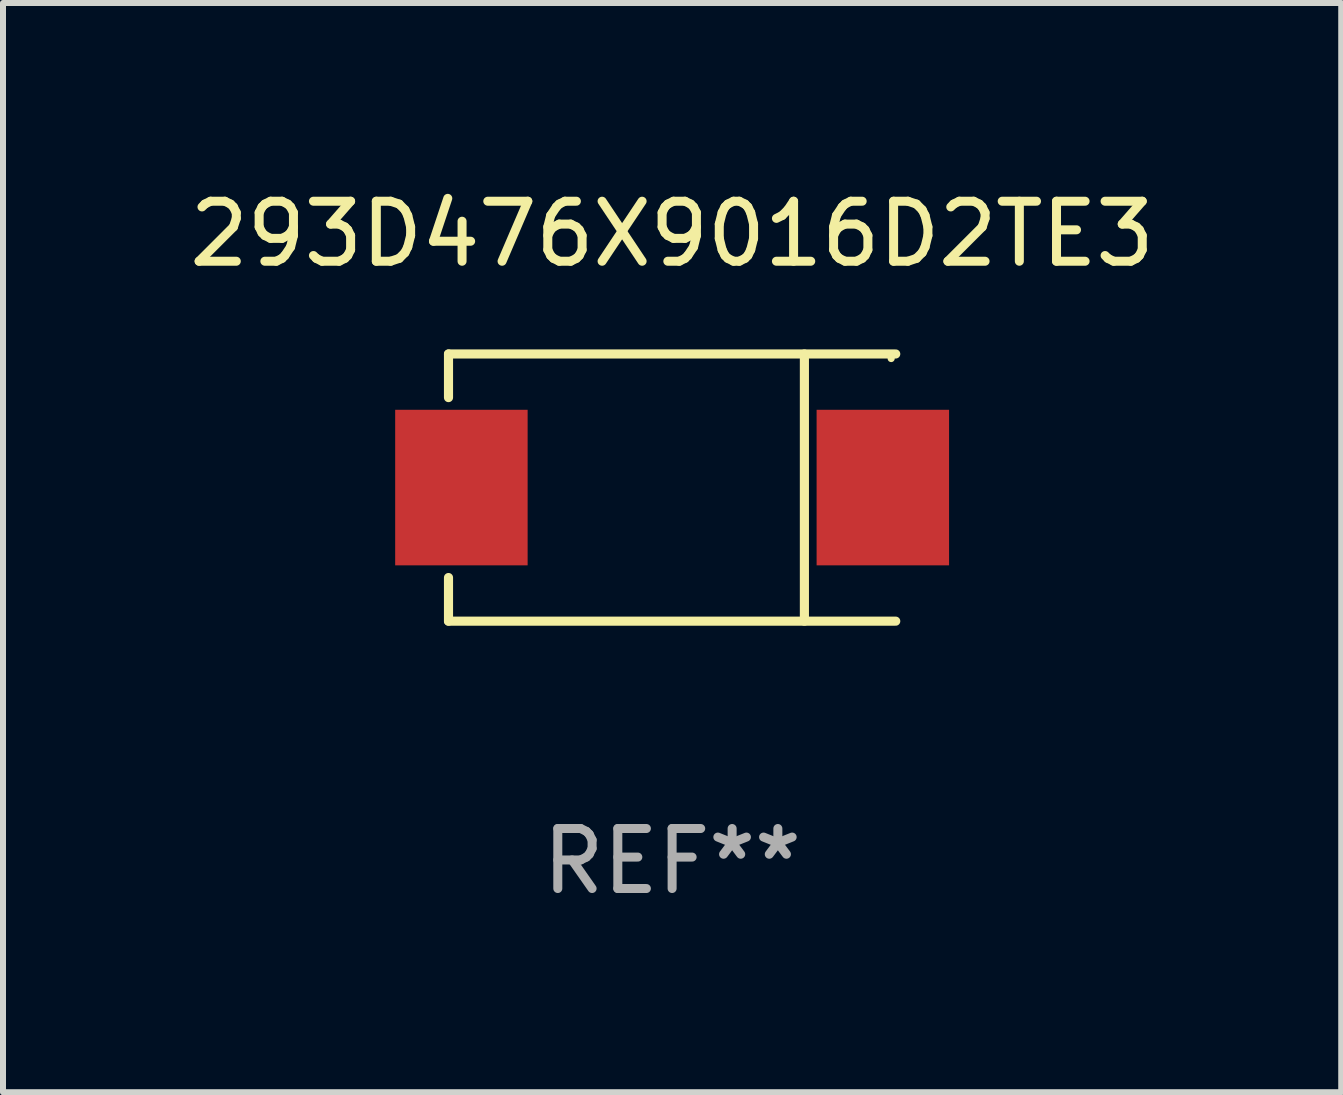
<source format=kicad_pcb>
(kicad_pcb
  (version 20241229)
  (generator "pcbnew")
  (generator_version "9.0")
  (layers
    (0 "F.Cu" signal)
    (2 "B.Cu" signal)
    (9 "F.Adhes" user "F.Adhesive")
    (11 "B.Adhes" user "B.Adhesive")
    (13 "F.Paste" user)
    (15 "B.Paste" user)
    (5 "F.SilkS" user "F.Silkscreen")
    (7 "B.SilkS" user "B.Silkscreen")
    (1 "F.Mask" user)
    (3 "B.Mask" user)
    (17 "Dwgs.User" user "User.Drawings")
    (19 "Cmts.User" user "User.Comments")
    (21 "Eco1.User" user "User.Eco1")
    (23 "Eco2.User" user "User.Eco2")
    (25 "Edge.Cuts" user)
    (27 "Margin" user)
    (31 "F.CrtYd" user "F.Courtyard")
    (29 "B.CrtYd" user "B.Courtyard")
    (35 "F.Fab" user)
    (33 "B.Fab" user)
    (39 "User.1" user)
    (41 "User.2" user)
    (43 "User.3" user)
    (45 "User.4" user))
  (footprint "293D476X9016D2TE3"
    (layer "F.Cu")
    (at 8.149 5.074)
    (property "Reference" "293D476X9016D2TE3" (at 0 -4.226 0) (layer "F.SilkS") (effects (font (size 1 1) (thickness 0.15))))
    (attr through_hole)
    (fp_line (start -3.726 -2.226) (end -3.726 -1.499) (stroke (width 0.152) (type solid)) (layer "F.SilkS"))
    (fp_line (start -3.726 -2.226) (end 3.726 -2.226) (stroke (width 0.152) (type solid)) (layer "F.SilkS"))
    (fp_line (start -3.726 2.226) (end -3.726 1.499) (stroke (width 0.152) (type solid)) (layer "F.SilkS"))
    (fp_line (start -3.726 2.226) (end 3.726 2.226) (stroke (width 0.152) (type solid)) (layer "F.SilkS"))
    (fp_line (start 2.204 -2.226) (end 2.204 2.226) (stroke (width 0.152) (type solid)) (layer "F.SilkS"))
    (fp_circle (center 3.65 -2.15) (end 3.68 -2.15) (stroke (width 0.06) (type solid)) (fill no) (layer "F.SilkS"))
    (fp_text user "REF**" (at 0 6.226 0) (layer "F.Fab") (effects (font (size 1 1) (thickness 0.15))))
    (pad "1" smd rect (at 3.511 0) (size 2.207 2.592) (layers "F.Cu" "F.Mask" "F.Paste"))
    (pad "2" smd rect (at -3.511 0) (size 2.207 2.592) (layers "F.Cu" "F.Mask" "F.Paste")))
  (gr_rect
    (start -3 -3)
    (end 19.298 15.149)
    (stroke (width 0.1) (type default))
    (fill no)
    (layer "Edge.Cuts")))
</source>
